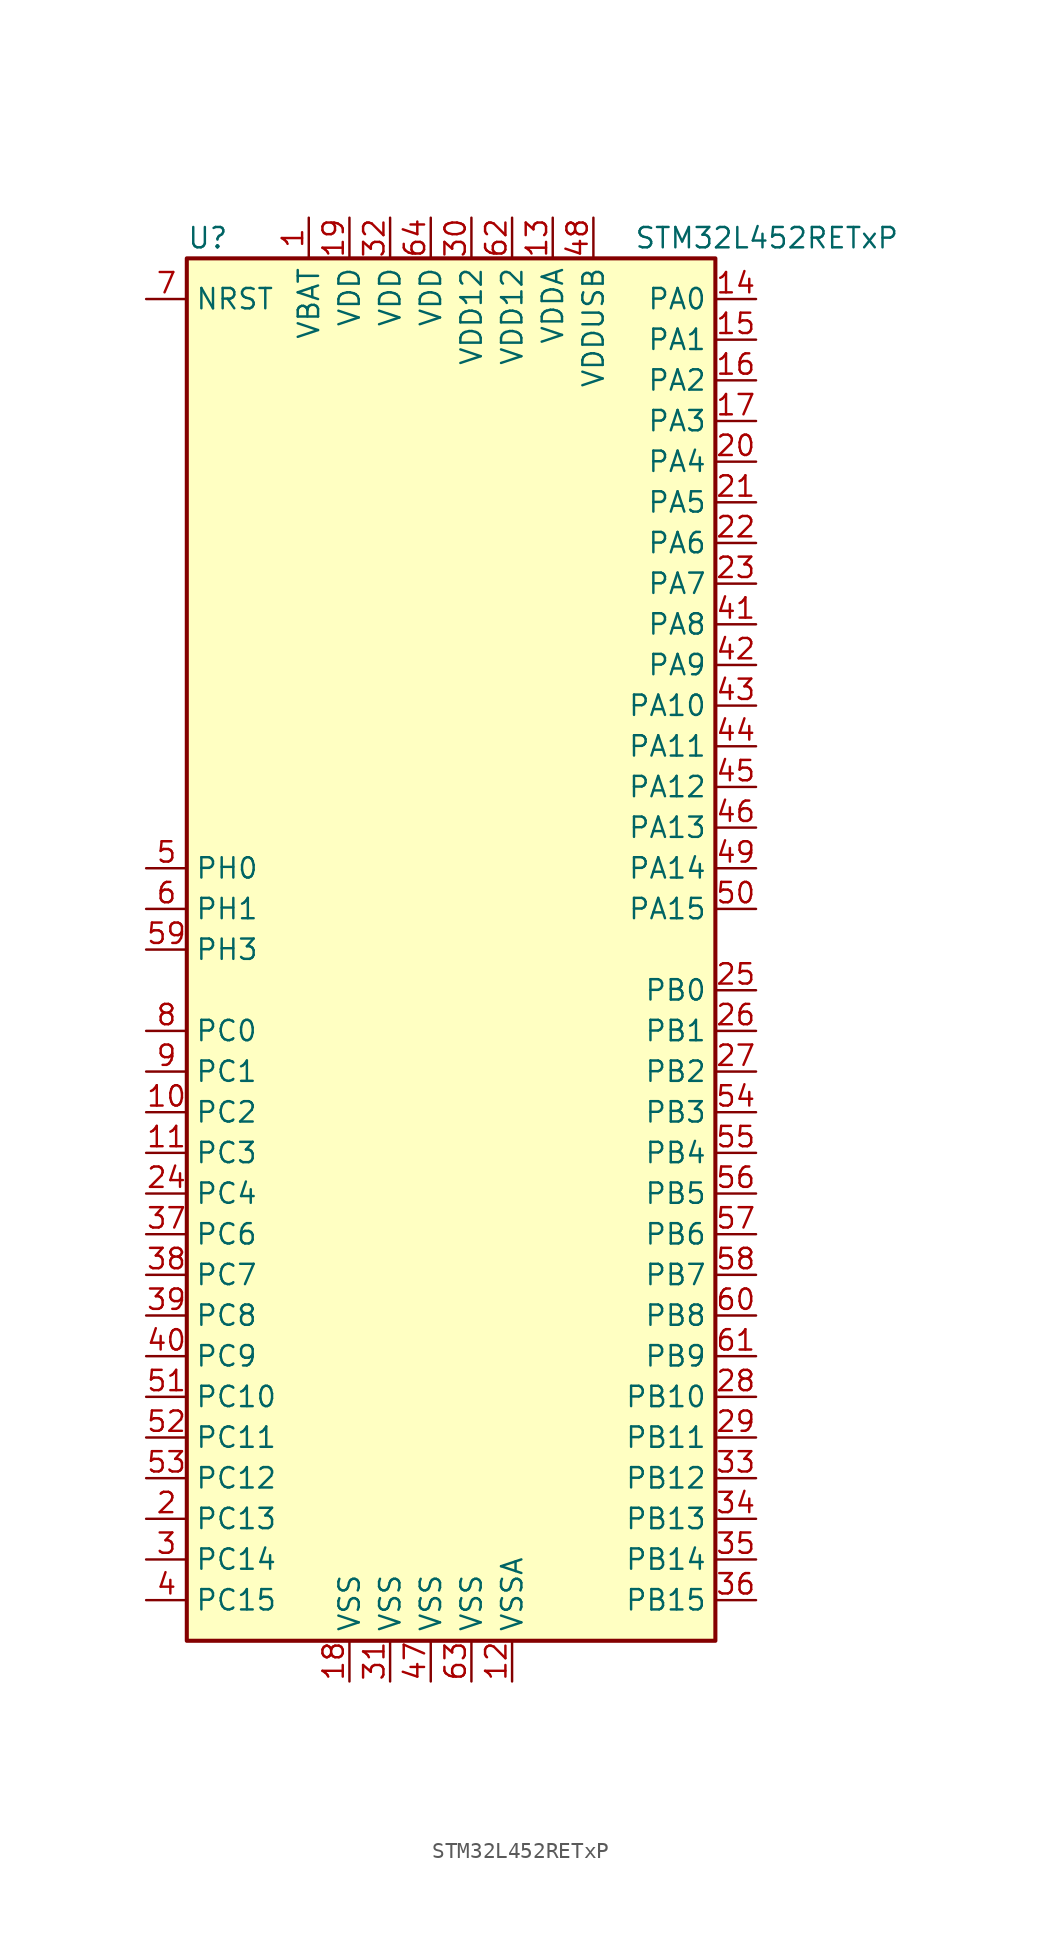
<source format=kicad_sym>
(kicad_symbol_lib
  (version 20201005)
  (generator kicad_symbol_editor)
  (symbol "STM32L452RETxP"
    (property "Reference" "U"
      (at -17.78 44.45 0)
      (effects (font (size 1.27 1.27)) (justify left)))
    (property "Value" "STM32L452RETxP"
      (at 10.16 44.45 0)
      (effects (font (size 1.27 1.27)) (justify left)))
    (symbol "STM32L452RETxP_0_1"
      (rectangle (start -17.78 -43.18) (end 15.24 43.18) (stroke (width 0.254)) (fill (type background))))
    (symbol "STM32L452RETxP_1_1"
      (pin input line (at -20.32 40.64 0) (length 2.54) (name "NRST" (effects (font (size 1.27 1.27)))) (number "7" (effects (font (size 1.27 1.27)))))
      (pin bidirectional line (at 17.78 40.64 180) (length 2.54) (name "PA0" (effects (font (size 1.27 1.27)))) (number "14" (effects (font (size 1.27 1.27)))))
      (pin bidirectional line (at 17.78 38.1 180) (length 2.54) (name "PA1" (effects (font (size 1.27 1.27)))) (number "15" (effects (font (size 1.27 1.27)))))
      (pin bidirectional line (at 17.78 15.24 180) (length 2.54) (name "PA10" (effects (font (size 1.27 1.27)))) (number "43" (effects (font (size 1.27 1.27)))))
      (pin bidirectional line (at 17.78 12.7 180) (length 2.54) (name "PA11" (effects (font (size 1.27 1.27)))) (number "44" (effects (font (size 1.27 1.27)))))
      (pin bidirectional line (at 17.78 10.16 180) (length 2.54) (name "PA12" (effects (font (size 1.27 1.27)))) (number "45" (effects (font (size 1.27 1.27)))))
      (pin bidirectional line (at 17.78 7.62 180) (length 2.54) (name "PA13" (effects (font (size 1.27 1.27)))) (number "46" (effects (font (size 1.27 1.27)))))
      (pin bidirectional line (at 17.78 5.08 180) (length 2.54) (name "PA14" (effects (font (size 1.27 1.27)))) (number "49" (effects (font (size 1.27 1.27)))))
      (pin bidirectional line (at 17.78 2.54 180) (length 2.54) (name "PA15" (effects (font (size 1.27 1.27)))) (number "50" (effects (font (size 1.27 1.27)))))
      (pin bidirectional line (at 17.78 35.56 180) (length 2.54) (name "PA2" (effects (font (size 1.27 1.27)))) (number "16" (effects (font (size 1.27 1.27)))))
      (pin bidirectional line (at 17.78 33.02 180) (length 2.54) (name "PA3" (effects (font (size 1.27 1.27)))) (number "17" (effects (font (size 1.27 1.27)))))
      (pin bidirectional line (at 17.78 30.48 180) (length 2.54) (name "PA4" (effects (font (size 1.27 1.27)))) (number "20" (effects (font (size 1.27 1.27)))))
      (pin bidirectional line (at 17.78 27.94 180) (length 2.54) (name "PA5" (effects (font (size 1.27 1.27)))) (number "21" (effects (font (size 1.27 1.27)))))
      (pin bidirectional line (at 17.78 25.4 180) (length 2.54) (name "PA6" (effects (font (size 1.27 1.27)))) (number "22" (effects (font (size 1.27 1.27)))))
      (pin bidirectional line (at 17.78 22.86 180) (length 2.54) (name "PA7" (effects (font (size 1.27 1.27)))) (number "23" (effects (font (size 1.27 1.27)))))
      (pin bidirectional line (at 17.78 20.32 180) (length 2.54) (name "PA8" (effects (font (size 1.27 1.27)))) (number "41" (effects (font (size 1.27 1.27)))))
      (pin bidirectional line (at 17.78 17.78 180) (length 2.54) (name "PA9" (effects (font (size 1.27 1.27)))) (number "42" (effects (font (size 1.27 1.27)))))
      (pin bidirectional line (at 17.78 -2.54 180) (length 2.54) (name "PB0" (effects (font (size 1.27 1.27)))) (number "25" (effects (font (size 1.27 1.27)))))
      (pin bidirectional line (at 17.78 -5.08 180) (length 2.54) (name "PB1" (effects (font (size 1.27 1.27)))) (number "26" (effects (font (size 1.27 1.27)))))
      (pin bidirectional line (at 17.78 -27.94 180) (length 2.54) (name "PB10" (effects (font (size 1.27 1.27)))) (number "28" (effects (font (size 1.27 1.27)))))
      (pin bidirectional line (at 17.78 -30.48 180) (length 2.54) (name "PB11" (effects (font (size 1.27 1.27)))) (number "29" (effects (font (size 1.27 1.27)))))
      (pin bidirectional line (at 17.78 -33.02 180) (length 2.54) (name "PB12" (effects (font (size 1.27 1.27)))) (number "33" (effects (font (size 1.27 1.27)))))
      (pin bidirectional line (at 17.78 -35.56 180) (length 2.54) (name "PB13" (effects (font (size 1.27 1.27)))) (number "34" (effects (font (size 1.27 1.27)))))
      (pin bidirectional line (at 17.78 -38.1 180) (length 2.54) (name "PB14" (effects (font (size 1.27 1.27)))) (number "35" (effects (font (size 1.27 1.27)))))
      (pin bidirectional line (at 17.78 -40.64 180) (length 2.54) (name "PB15" (effects (font (size 1.27 1.27)))) (number "36" (effects (font (size 1.27 1.27)))))
      (pin bidirectional line (at 17.78 -7.62 180) (length 2.54) (name "PB2" (effects (font (size 1.27 1.27)))) (number "27" (effects (font (size 1.27 1.27)))))
      (pin bidirectional line (at 17.78 -10.16 180) (length 2.54) (name "PB3" (effects (font (size 1.27 1.27)))) (number "54" (effects (font (size 1.27 1.27)))))
      (pin bidirectional line (at 17.78 -12.7 180) (length 2.54) (name "PB4" (effects (font (size 1.27 1.27)))) (number "55" (effects (font (size 1.27 1.27)))))
      (pin bidirectional line (at 17.78 -15.24 180) (length 2.54) (name "PB5" (effects (font (size 1.27 1.27)))) (number "56" (effects (font (size 1.27 1.27)))))
      (pin bidirectional line (at 17.78 -17.78 180) (length 2.54) (name "PB6" (effects (font (size 1.27 1.27)))) (number "57" (effects (font (size 1.27 1.27)))))
      (pin bidirectional line (at 17.78 -20.32 180) (length 2.54) (name "PB7" (effects (font (size 1.27 1.27)))) (number "58" (effects (font (size 1.27 1.27)))))
      (pin bidirectional line (at 17.78 -22.86 180) (length 2.54) (name "PB8" (effects (font (size 1.27 1.27)))) (number "60" (effects (font (size 1.27 1.27)))))
      (pin bidirectional line (at 17.78 -25.4 180) (length 2.54) (name "PB9" (effects (font (size 1.27 1.27)))) (number "61" (effects (font (size 1.27 1.27)))))
      (pin bidirectional line (at -20.32 -5.08 0) (length 2.54) (name "PC0" (effects (font (size 1.27 1.27)))) (number "8" (effects (font (size 1.27 1.27)))))
      (pin bidirectional line (at -20.32 -7.62 0) (length 2.54) (name "PC1" (effects (font (size 1.27 1.27)))) (number "9" (effects (font (size 1.27 1.27)))))
      (pin bidirectional line (at -20.32 -27.94 0) (length 2.54) (name "PC10" (effects (font (size 1.27 1.27)))) (number "51" (effects (font (size 1.27 1.27)))))
      (pin bidirectional line (at -20.32 -30.48 0) (length 2.54) (name "PC11" (effects (font (size 1.27 1.27)))) (number "52" (effects (font (size 1.27 1.27)))))
      (pin bidirectional line (at -20.32 -33.02 0) (length 2.54) (name "PC12" (effects (font (size 1.27 1.27)))) (number "53" (effects (font (size 1.27 1.27)))))
      (pin bidirectional line (at -20.32 -35.56 0) (length 2.54) (name "PC13" (effects (font (size 1.27 1.27)))) (number "2" (effects (font (size 1.27 1.27)))))
      (pin bidirectional line (at -20.32 -38.1 0) (length 2.54) (name "PC14" (effects (font (size 1.27 1.27)))) (number "3" (effects (font (size 1.27 1.27)))))
      (pin bidirectional line (at -20.32 -40.64 0) (length 2.54) (name "PC15" (effects (font (size 1.27 1.27)))) (number "4" (effects (font (size 1.27 1.27)))))
      (pin bidirectional line (at -20.32 -10.16 0) (length 2.54) (name "PC2" (effects (font (size 1.27 1.27)))) (number "10" (effects (font (size 1.27 1.27)))))
      (pin bidirectional line (at -20.32 -12.7 0) (length 2.54) (name "PC3" (effects (font (size 1.27 1.27)))) (number "11" (effects (font (size 1.27 1.27)))))
      (pin bidirectional line (at -20.32 -15.24 0) (length 2.54) (name "PC4" (effects (font (size 1.27 1.27)))) (number "24" (effects (font (size 1.27 1.27)))))
      (pin bidirectional line (at -20.32 -17.78 0) (length 2.54) (name "PC6" (effects (font (size 1.27 1.27)))) (number "37" (effects (font (size 1.27 1.27)))))
      (pin bidirectional line (at -20.32 -20.32 0) (length 2.54) (name "PC7" (effects (font (size 1.27 1.27)))) (number "38" (effects (font (size 1.27 1.27)))))
      (pin bidirectional line (at -20.32 -22.86 0) (length 2.54) (name "PC8" (effects (font (size 1.27 1.27)))) (number "39" (effects (font (size 1.27 1.27)))))
      (pin bidirectional line (at -20.32 -25.4 0) (length 2.54) (name "PC9" (effects (font (size 1.27 1.27)))) (number "40" (effects (font (size 1.27 1.27)))))
      (pin input line (at -20.32 5.08 0) (length 2.54) (name "PH0" (effects (font (size 1.27 1.27)))) (number "5" (effects (font (size 1.27 1.27)))))
      (pin input line (at -20.32 2.54 0) (length 2.54) (name "PH1" (effects (font (size 1.27 1.27)))) (number "6" (effects (font (size 1.27 1.27)))))
      (pin bidirectional line (at -20.32 0 0) (length 2.54) (name "PH3" (effects (font (size 1.27 1.27)))) (number "59" (effects (font (size 1.27 1.27)))))
      (pin power_in line (at -10.16 45.72 270) (length 2.54) (name "VBAT" (effects (font (size 1.27 1.27)))) (number "1" (effects (font (size 1.27 1.27)))))
      (pin power_in line (at -7.62 45.72 270) (length 2.54) (name "VDD" (effects (font (size 1.27 1.27)))) (number "19" (effects (font (size 1.27 1.27)))))
      (pin power_in line (at -5.08 45.72 270) (length 2.54) (name "VDD" (effects (font (size 1.27 1.27)))) (number "32" (effects (font (size 1.27 1.27)))))
      (pin power_in line (at -2.54 45.72 270) (length 2.54) (name "VDD" (effects (font (size 1.27 1.27)))) (number "64" (effects (font (size 1.27 1.27)))))
      (pin power_in line (at 0 45.72 270) (length 2.54) (name "VDD12" (effects (font (size 1.27 1.27)))) (number "30" (effects (font (size 1.27 1.27)))))
      (pin power_in line (at 2.54 45.72 270) (length 2.54) (name "VDD12" (effects (font (size 1.27 1.27)))) (number "62" (effects (font (size 1.27 1.27)))))
      (pin power_in line (at 5.08 45.72 270) (length 2.54) (name "VDDA" (effects (font (size 1.27 1.27)))) (number "13" (effects (font (size 1.27 1.27)))))
      (pin power_in line (at 7.62 45.72 270) (length 2.54) (name "VDDUSB" (effects (font (size 1.27 1.27)))) (number "48" (effects (font (size 1.27 1.27)))))
      (pin power_in line (at -7.62 -45.72 90) (length 2.54) (name "VSS" (effects (font (size 1.27 1.27)))) (number "18" (effects (font (size 1.27 1.27)))))
      (pin power_in line (at -5.08 -45.72 90) (length 2.54) (name "VSS" (effects (font (size 1.27 1.27)))) (number "31" (effects (font (size 1.27 1.27)))))
      (pin power_in line (at -2.54 -45.72 90) (length 2.54) (name "VSS" (effects (font (size 1.27 1.27)))) (number "47" (effects (font (size 1.27 1.27)))))
      (pin power_in line (at 0 -45.72 90) (length 2.54) (name "VSS" (effects (font (size 1.27 1.27)))) (number "63" (effects (font (size 1.27 1.27)))))
      (pin power_in line (at 2.54 -45.72 90) (length 2.54) (name "VSSA" (effects (font (size 1.27 1.27)))) (number "12" (effects (font (size 1.27 1.27))))))))
</source>
